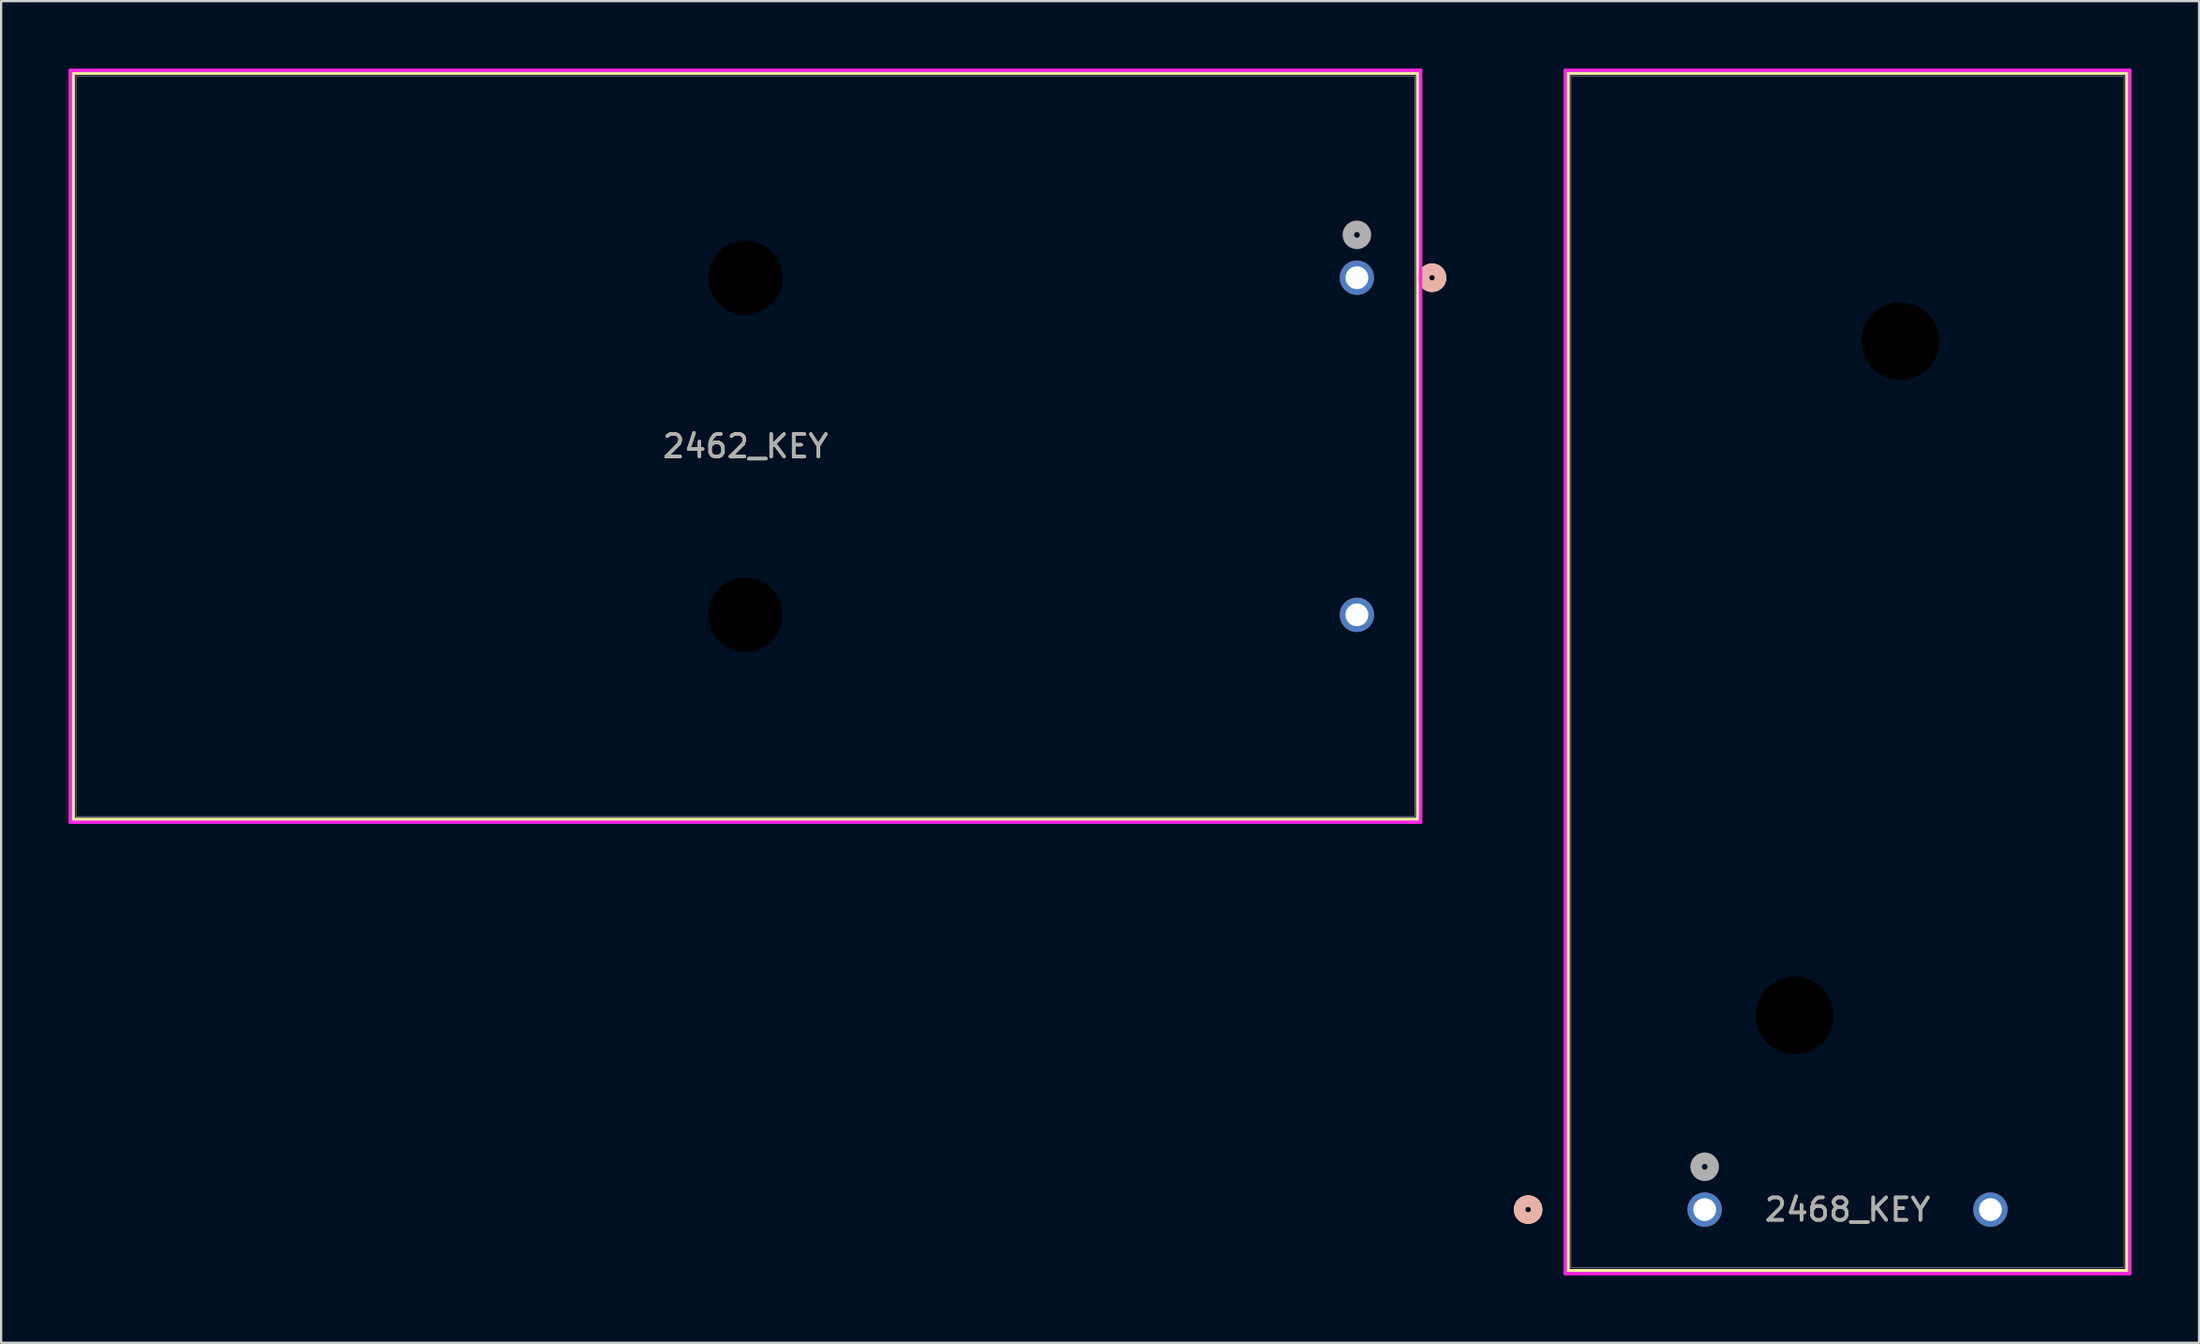
<source format=kicad_pcb>
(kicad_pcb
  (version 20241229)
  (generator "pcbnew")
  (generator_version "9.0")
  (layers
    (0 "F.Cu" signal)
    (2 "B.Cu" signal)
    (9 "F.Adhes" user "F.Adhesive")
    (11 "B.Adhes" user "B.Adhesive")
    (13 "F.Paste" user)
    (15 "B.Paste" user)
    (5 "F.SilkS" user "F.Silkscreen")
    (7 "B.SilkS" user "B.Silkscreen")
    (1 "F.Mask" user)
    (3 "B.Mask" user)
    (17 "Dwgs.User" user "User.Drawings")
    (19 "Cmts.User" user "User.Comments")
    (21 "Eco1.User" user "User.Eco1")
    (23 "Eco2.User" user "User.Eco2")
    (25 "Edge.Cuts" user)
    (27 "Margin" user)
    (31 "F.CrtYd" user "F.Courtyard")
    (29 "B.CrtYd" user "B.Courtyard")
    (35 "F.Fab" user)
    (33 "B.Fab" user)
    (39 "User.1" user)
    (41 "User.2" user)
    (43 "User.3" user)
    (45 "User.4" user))
  (footprint "2462_KEY"
    (layer "F.Cu")
    (at 57.264 9.296)
    (property "Reference" "2462_KEY" (at -27.178 7.493 0) (unlocked yes) (layer "F.SilkS") (effects (font (size 1 1) (thickness 0.15))))
    (attr through_hole)
    (fp_line (start -57.061 -9.093) (end -57.061 24.079) (stroke (width 0.152) (type solid)) (layer "F.SilkS"))
    (fp_line (start -57.061 24.079) (end 2.705 24.079) (stroke (width 0.152) (type solid)) (layer "F.SilkS"))
    (fp_line (start 2.705 -9.093) (end -57.061 -9.093) (stroke (width 0.152) (type solid)) (layer "F.SilkS"))
    (fp_line (start 2.705 24.079) (end 2.705 -9.093) (stroke (width 0.152) (type solid)) (layer "F.SilkS"))
    (fp_circle (center 3.34 0) (end 3.721 0) (stroke (width 0.508) (type solid)) (fill no) (layer "F.SilkS"))
    (fp_circle (center 3.34 0) (end 3.721 0) (stroke (width 0.508) (type solid)) (fill no) (layer "B.SilkS"))
    (fp_line (start -57.188 -9.22) (end -57.188 24.206) (stroke (width 0.152) (type solid)) (layer "F.CrtYd"))
    (fp_line (start -57.188 24.206) (end 2.832 24.206) (stroke (width 0.152) (type solid)) (layer "F.CrtYd"))
    (fp_line (start 2.832 -9.22) (end -57.188 -9.22) (stroke (width 0.152) (type solid)) (layer "F.CrtYd"))
    (fp_line (start 2.832 24.206) (end 2.832 -9.22) (stroke (width 0.152) (type solid)) (layer "F.CrtYd"))
    (fp_line (start -56.934 -8.966) (end -56.934 23.952) (stroke (width 0.025) (type solid)) (layer "F.Fab"))
    (fp_line (start -56.934 23.952) (end 2.578 23.952) (stroke (width 0.025) (type solid)) (layer "F.Fab"))
    (fp_line (start 2.578 -8.966) (end -56.934 -8.966) (stroke (width 0.025) (type solid)) (layer "F.Fab"))
    (fp_line (start 2.578 23.952) (end 2.578 -8.966) (stroke (width 0.025) (type solid)) (layer "F.Fab"))
    (fp_circle (center 0 -1.905) (end 0.381 -1.905) (stroke (width 0.508) (type solid)) (fill no) (layer "F.Fab"))
    (fp_text user "${REFERENCE}" (at -27.178 7.493 0) (unlocked yes) (layer "F.Fab") (effects (font (size 1 1) (thickness 0.15))))
    (pad "" np_thru_hole circle (at -27.178 0) (size 3.302 3.302) (drill 3.302) (layers))
    (pad "" np_thru_hole circle (at -27.178 14.986) (size 3.302 3.302) (drill 3.302) (layers))
    (pad "1" thru_hole circle (at 0 0) (size 1.524 1.524) (drill 1.016) (layers "*.Cu" "*.Mask"))
    (pad "2" thru_hole circle (at 0 14.986) (size 1.524 1.524) (drill 1.016) (layers "*.Cu" "*.Mask")))
  (footprint "2468_KEY"
    (layer "F.Cu")
    (at 72.723 50.724)
    (property "Reference" "2468_KEY" (at 6.35 0 0) (unlocked yes) (layer "F.SilkS") (effects (font (size 1 1) (thickness 0.15))))
    (attr through_hole)
    (fp_line (start -6.071 -50.521) (end -6.071 2.718) (stroke (width 0.152) (type solid)) (layer "F.SilkS"))
    (fp_line (start -6.071 2.718) (end 18.771 2.718) (stroke (width 0.152) (type solid)) (layer "F.SilkS"))
    (fp_line (start 18.771 -50.521) (end -6.071 -50.521) (stroke (width 0.152) (type solid)) (layer "F.SilkS"))
    (fp_line (start 18.771 2.718) (end 18.771 -50.521) (stroke (width 0.152) (type solid)) (layer "F.SilkS"))
    (fp_circle (center -7.849 0) (end -7.468 0) (stroke (width 0.508) (type solid)) (fill no) (layer "F.SilkS"))
    (fp_circle (center -7.849 0) (end -7.468 0) (stroke (width 0.508) (type solid)) (fill no) (layer "B.SilkS"))
    (fp_line (start -6.198 -50.648) (end -6.198 2.845) (stroke (width 0.152) (type solid)) (layer "F.CrtYd"))
    (fp_line (start -6.198 2.845) (end 18.898 2.845) (stroke (width 0.152) (type solid)) (layer "F.CrtYd"))
    (fp_line (start 18.898 -50.648) (end -6.198 -50.648) (stroke (width 0.152) (type solid)) (layer "F.CrtYd"))
    (fp_line (start 18.898 2.845) (end 18.898 -50.648) (stroke (width 0.152) (type solid)) (layer "F.CrtYd"))
    (fp_line (start -5.944 -50.394) (end -5.944 2.591) (stroke (width 0.025) (type solid)) (layer "F.Fab"))
    (fp_line (start -5.944 2.591) (end 18.644 2.591) (stroke (width 0.025) (type solid)) (layer "F.Fab"))
    (fp_line (start 18.644 -50.394) (end -5.944 -50.394) (stroke (width 0.025) (type solid)) (layer "F.Fab"))
    (fp_line (start 18.644 2.591) (end 18.644 -50.394) (stroke (width 0.025) (type solid)) (layer "F.Fab"))
    (fp_circle (center 0 -1.905) (end 0.381 -1.905) (stroke (width 0.508) (type solid)) (fill no) (layer "F.Fab"))
    (fp_text user "${REFERENCE}" (at 6.35 0 0) (unlocked yes) (layer "F.Fab") (effects (font (size 1 1) (thickness 0.15))))
    (pad "" np_thru_hole circle (at 4 -8.636) (size 3.454 3.454) (drill 3.454) (layers))
    (pad "" np_thru_hole circle (at 8.7 -38.608) (size 3.454 3.454) (drill 3.454) (layers))
    (pad "1" thru_hole circle (at 0 0) (size 1.524 1.524) (drill 1.016) (layers "*.Cu" "*.Mask"))
    (pad "2" thru_hole circle (at 12.7 0) (size 1.524 1.524) (drill 1.016) (layers "*.Cu" "*.Mask")))
  (gr_rect
    (start -3 -3)
    (end 94.697 56.645)
    (stroke (width 0.1) (type default))
    (fill no)
    (layer "Edge.Cuts")))
</source>
